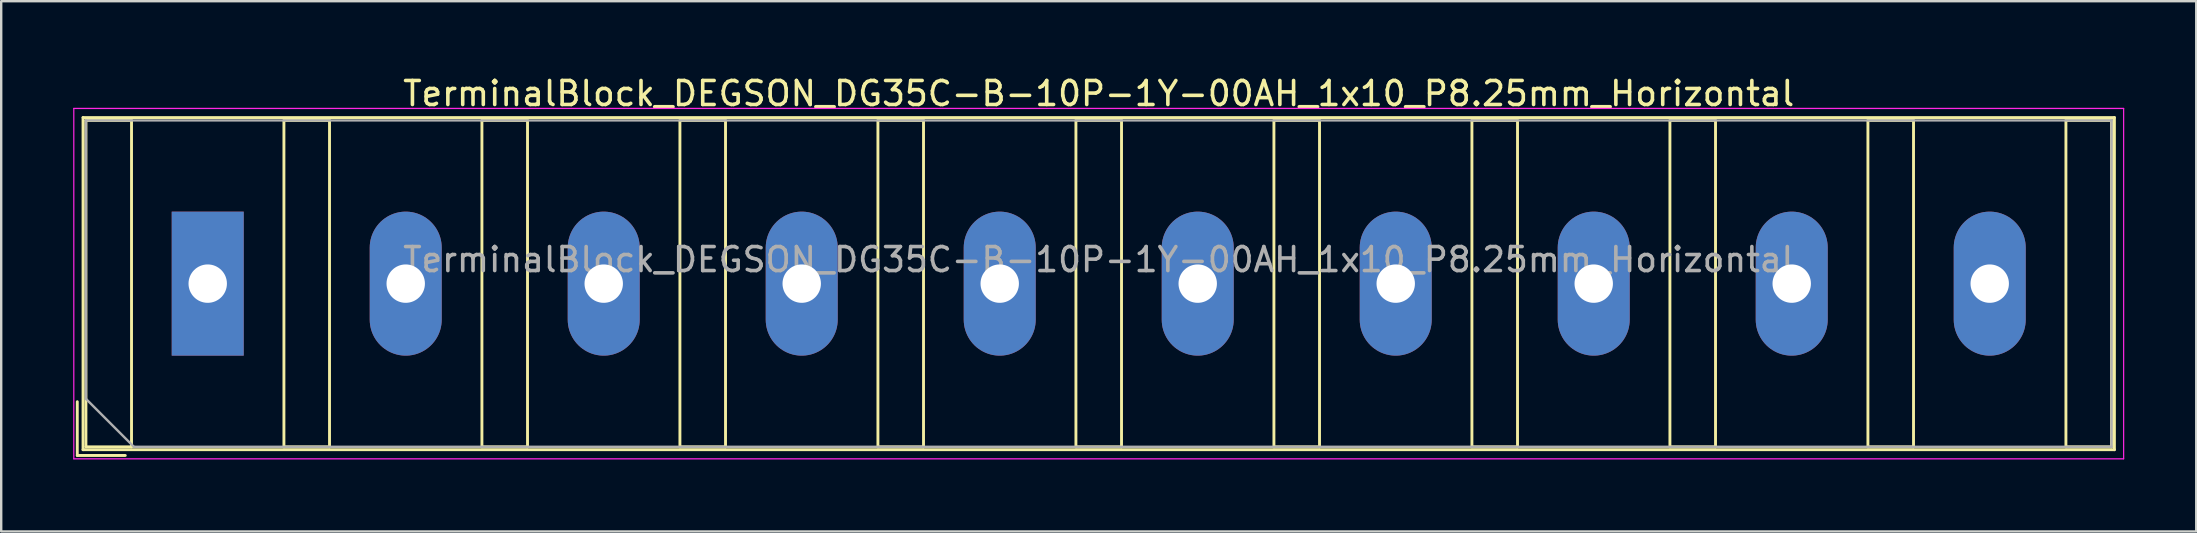
<source format=kicad_pcb>
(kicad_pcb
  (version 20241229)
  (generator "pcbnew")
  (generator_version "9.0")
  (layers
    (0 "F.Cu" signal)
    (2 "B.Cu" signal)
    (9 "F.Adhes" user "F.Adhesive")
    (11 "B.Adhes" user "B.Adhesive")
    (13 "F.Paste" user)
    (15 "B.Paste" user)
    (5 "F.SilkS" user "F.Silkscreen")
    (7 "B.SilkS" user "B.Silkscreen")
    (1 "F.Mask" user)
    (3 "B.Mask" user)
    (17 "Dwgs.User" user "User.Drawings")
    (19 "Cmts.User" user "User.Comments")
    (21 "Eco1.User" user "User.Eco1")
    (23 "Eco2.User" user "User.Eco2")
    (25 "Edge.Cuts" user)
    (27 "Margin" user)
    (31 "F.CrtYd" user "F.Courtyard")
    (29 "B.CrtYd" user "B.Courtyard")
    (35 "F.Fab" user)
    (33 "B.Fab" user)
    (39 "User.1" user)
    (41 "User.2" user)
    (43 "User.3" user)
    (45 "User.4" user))
  (footprint "TerminalBlock_DEGSON_DG35C-B-10P-1Y-00AH_1x10_P8.25mm_Horizontal"
    (layer "F.Cu")
    (at 5.605 8.768)
    (property "Reference" "TerminalBlock_DEGSON_DG35C-B-10P-1Y-00AH_1x10_P8.25mm_Horizontal" (at 37.125 -7.92 0) (layer "F.SilkS") (effects (font (size 1 1) (thickness 0.15))))
    (attr through_hole)
    (fp_line (start -1.98 -3.48) (end -1.98 3.48) (stroke (width 0.01) (type solid)) (layer "F.Mask"))
    (fp_line (start -1.98 3.48) (end 1.98 3.48) (stroke (width 0.01) (type solid)) (layer "F.Mask"))
    (fp_line (start 1.98 -3.48) (end -1.98 -3.48) (stroke (width 0.01) (type solid)) (layer "F.Mask"))
    (fp_line (start 1.98 3.48) (end 1.98 -3.48) (stroke (width 0.01) (type solid)) (layer "F.Mask"))
    (fp_line (start 6.27 -3.48) (end 6.27 3.48) (stroke (width 0.01) (type solid)) (layer "F.Mask"))
    (fp_line (start 6.27 3.48) (end 10.23 3.48) (stroke (width 0.01) (type solid)) (layer "F.Mask"))
    (fp_line (start 10.23 -3.48) (end 6.27 -3.48) (stroke (width 0.01) (type solid)) (layer "F.Mask"))
    (fp_line (start 10.23 3.48) (end 10.23 -3.48) (stroke (width 0.01) (type solid)) (layer "F.Mask"))
    (fp_line (start 14.52 -3.48) (end 14.52 3.48) (stroke (width 0.01) (type solid)) (layer "F.Mask"))
    (fp_line (start 14.52 3.48) (end 18.48 3.48) (stroke (width 0.01) (type solid)) (layer "F.Mask"))
    (fp_line (start 18.48 -3.48) (end 14.52 -3.48) (stroke (width 0.01) (type solid)) (layer "F.Mask"))
    (fp_line (start 18.48 3.48) (end 18.48 -3.48) (stroke (width 0.01) (type solid)) (layer "F.Mask"))
    (fp_line (start 22.77 -3.48) (end 22.77 3.48) (stroke (width 0.01) (type solid)) (layer "F.Mask"))
    (fp_line (start 22.77 3.48) (end 26.73 3.48) (stroke (width 0.01) (type solid)) (layer "F.Mask"))
    (fp_line (start 26.73 -3.48) (end 22.77 -3.48) (stroke (width 0.01) (type solid)) (layer "F.Mask"))
    (fp_line (start 26.73 3.48) (end 26.73 -3.48) (stroke (width 0.01) (type solid)) (layer "F.Mask"))
    (fp_line (start 31.02 -3.48) (end 31.02 3.48) (stroke (width 0.01) (type solid)) (layer "F.Mask"))
    (fp_line (start 31.02 3.48) (end 34.98 3.48) (stroke (width 0.01) (type solid)) (layer "F.Mask"))
    (fp_line (start 34.98 -3.48) (end 31.02 -3.48) (stroke (width 0.01) (type solid)) (layer "F.Mask"))
    (fp_line (start 34.98 3.48) (end 34.98 -3.48) (stroke (width 0.01) (type solid)) (layer "F.Mask"))
    (fp_line (start 39.27 -3.48) (end 39.27 3.48) (stroke (width 0.01) (type solid)) (layer "F.Mask"))
    (fp_line (start 39.27 3.48) (end 43.23 3.48) (stroke (width 0.01) (type solid)) (layer "F.Mask"))
    (fp_line (start 43.23 -3.48) (end 39.27 -3.48) (stroke (width 0.01) (type solid)) (layer "F.Mask"))
    (fp_line (start 43.23 3.48) (end 43.23 -3.48) (stroke (width 0.01) (type solid)) (layer "F.Mask"))
    (fp_line (start 47.52 -3.48) (end 47.52 3.48) (stroke (width 0.01) (type solid)) (layer "F.Mask"))
    (fp_line (start 47.52 3.48) (end 51.48 3.48) (stroke (width 0.01) (type solid)) (layer "F.Mask"))
    (fp_line (start 51.48 -3.48) (end 47.52 -3.48) (stroke (width 0.01) (type solid)) (layer "F.Mask"))
    (fp_line (start 51.48 3.48) (end 51.48 -3.48) (stroke (width 0.01) (type solid)) (layer "F.Mask"))
    (fp_line (start 55.77 -3.48) (end 55.77 3.48) (stroke (width 0.01) (type solid)) (layer "F.Mask"))
    (fp_line (start 55.77 3.48) (end 59.73 3.48) (stroke (width 0.01) (type solid)) (layer "F.Mask"))
    (fp_line (start 59.73 -3.48) (end 55.77 -3.48) (stroke (width 0.01) (type solid)) (layer "F.Mask"))
    (fp_line (start 59.73 3.48) (end 59.73 -3.48) (stroke (width 0.01) (type solid)) (layer "F.Mask"))
    (fp_line (start 64.02 -3.48) (end 64.02 3.48) (stroke (width 0.01) (type solid)) (layer "F.Mask"))
    (fp_line (start 64.02 3.48) (end 67.98 3.48) (stroke (width 0.01) (type solid)) (layer "F.Mask"))
    (fp_line (start 67.98 -3.48) (end 64.02 -3.48) (stroke (width 0.01) (type solid)) (layer "F.Mask"))
    (fp_line (start 67.98 3.48) (end 67.98 -3.48) (stroke (width 0.01) (type solid)) (layer "F.Mask"))
    (fp_line (start 72.27 -3.48) (end 72.27 3.48) (stroke (width 0.01) (type solid)) (layer "F.Mask"))
    (fp_line (start 72.27 3.48) (end 76.23 3.48) (stroke (width 0.01) (type solid)) (layer "F.Mask"))
    (fp_line (start 76.23 -3.48) (end 72.27 -3.48) (stroke (width 0.01) (type solid)) (layer "F.Mask"))
    (fp_line (start 76.23 3.48) (end 76.23 -3.48) (stroke (width 0.01) (type solid)) (layer "F.Mask"))
    (fp_line (start -5.435 4.92) (end -5.435 7.16) (stroke (width 0.12) (type solid)) (layer "F.SilkS"))
    (fp_line (start -5.435 7.16) (end -3.435 7.16) (stroke (width 0.12) (type solid)) (layer "F.SilkS"))
    (fp_line (start -5.195 -6.92) (end -5.195 6.92) (stroke (width 0.12) (type solid)) (layer "F.SilkS"))
    (fp_line (start -5.195 -6.92) (end 79.445 -6.92) (stroke (width 0.12) (type solid)) (layer "F.SilkS"))
    (fp_line (start -5.195 6.92) (end 79.445 6.92) (stroke (width 0.12) (type solid)) (layer "F.SilkS"))
    (fp_line (start -5.075 -6.8) (end -5.075 6.8) (stroke (width 0.12) (type solid)) (layer "F.SilkS"))
    (fp_line (start -5.075 6.8) (end -3.175 6.8) (stroke (width 0.12) (type solid)) (layer "F.SilkS"))
    (fp_line (start -3.175 -6.8) (end -5.075 -6.8) (stroke (width 0.12) (type solid)) (layer "F.SilkS"))
    (fp_line (start -3.175 6.8) (end -3.175 -6.8) (stroke (width 0.12) (type solid)) (layer "F.SilkS"))
    (fp_line (start 3.175 -6.8) (end 3.175 6.8) (stroke (width 0.12) (type solid)) (layer "F.SilkS"))
    (fp_line (start 3.175 6.8) (end 5.075 6.8) (stroke (width 0.12) (type solid)) (layer "F.SilkS"))
    (fp_line (start 5.075 -6.8) (end 3.175 -6.8) (stroke (width 0.12) (type solid)) (layer "F.SilkS"))
    (fp_line (start 5.075 6.8) (end 5.075 -6.8) (stroke (width 0.12) (type solid)) (layer "F.SilkS"))
    (fp_line (start 11.425 -6.8) (end 11.425 6.8) (stroke (width 0.12) (type solid)) (layer "F.SilkS"))
    (fp_line (start 11.425 6.8) (end 13.325 6.8) (stroke (width 0.12) (type solid)) (layer "F.SilkS"))
    (fp_line (start 13.325 -6.8) (end 11.425 -6.8) (stroke (width 0.12) (type solid)) (layer "F.SilkS"))
    (fp_line (start 13.325 6.8) (end 13.325 -6.8) (stroke (width 0.12) (type solid)) (layer "F.SilkS"))
    (fp_line (start 19.675 -6.8) (end 19.675 6.8) (stroke (width 0.12) (type solid)) (layer "F.SilkS"))
    (fp_line (start 19.675 6.8) (end 21.575 6.8) (stroke (width 0.12) (type solid)) (layer "F.SilkS"))
    (fp_line (start 21.575 -6.8) (end 19.675 -6.8) (stroke (width 0.12) (type solid)) (layer "F.SilkS"))
    (fp_line (start 21.575 6.8) (end 21.575 -6.8) (stroke (width 0.12) (type solid)) (layer "F.SilkS"))
    (fp_line (start 27.925 -6.8) (end 27.925 6.8) (stroke (width 0.12) (type solid)) (layer "F.SilkS"))
    (fp_line (start 27.925 6.8) (end 29.825 6.8) (stroke (width 0.12) (type solid)) (layer "F.SilkS"))
    (fp_line (start 29.825 -6.8) (end 27.925 -6.8) (stroke (width 0.12) (type solid)) (layer "F.SilkS"))
    (fp_line (start 29.825 6.8) (end 29.825 -6.8) (stroke (width 0.12) (type solid)) (layer "F.SilkS"))
    (fp_line (start 36.175 -6.8) (end 36.175 6.8) (stroke (width 0.12) (type solid)) (layer "F.SilkS"))
    (fp_line (start 36.175 6.8) (end 38.075 6.8) (stroke (width 0.12) (type solid)) (layer "F.SilkS"))
    (fp_line (start 38.075 -6.8) (end 36.175 -6.8) (stroke (width 0.12) (type solid)) (layer "F.SilkS"))
    (fp_line (start 38.075 6.8) (end 38.075 -6.8) (stroke (width 0.12) (type solid)) (layer "F.SilkS"))
    (fp_line (start 44.425 -6.8) (end 44.425 6.8) (stroke (width 0.12) (type solid)) (layer "F.SilkS"))
    (fp_line (start 44.425 6.8) (end 46.325 6.8) (stroke (width 0.12) (type solid)) (layer "F.SilkS"))
    (fp_line (start 46.325 -6.8) (end 44.425 -6.8) (stroke (width 0.12) (type solid)) (layer "F.SilkS"))
    (fp_line (start 46.325 6.8) (end 46.325 -6.8) (stroke (width 0.12) (type solid)) (layer "F.SilkS"))
    (fp_line (start 52.675 -6.8) (end 52.675 6.8) (stroke (width 0.12) (type solid)) (layer "F.SilkS"))
    (fp_line (start 52.675 6.8) (end 54.575 6.8) (stroke (width 0.12) (type solid)) (layer "F.SilkS"))
    (fp_line (start 54.575 -6.8) (end 52.675 -6.8) (stroke (width 0.12) (type solid)) (layer "F.SilkS"))
    (fp_line (start 54.575 6.8) (end 54.575 -6.8) (stroke (width 0.12) (type solid)) (layer "F.SilkS"))
    (fp_line (start 60.925 -6.8) (end 60.925 6.8) (stroke (width 0.12) (type solid)) (layer "F.SilkS"))
    (fp_line (start 60.925 6.8) (end 62.825 6.8) (stroke (width 0.12) (type solid)) (layer "F.SilkS"))
    (fp_line (start 62.825 -6.8) (end 60.925 -6.8) (stroke (width 0.12) (type solid)) (layer "F.SilkS"))
    (fp_line (start 62.825 6.8) (end 62.825 -6.8) (stroke (width 0.12) (type solid)) (layer "F.SilkS"))
    (fp_line (start 69.175 -6.8) (end 69.175 6.8) (stroke (width 0.12) (type solid)) (layer "F.SilkS"))
    (fp_line (start 69.175 6.8) (end 71.075 6.8) (stroke (width 0.12) (type solid)) (layer "F.SilkS"))
    (fp_line (start 71.075 -6.8) (end 69.175 -6.8) (stroke (width 0.12) (type solid)) (layer "F.SilkS"))
    (fp_line (start 71.075 6.8) (end 71.075 -6.8) (stroke (width 0.12) (type solid)) (layer "F.SilkS"))
    (fp_line (start 77.425 -6.8) (end 77.425 6.8) (stroke (width 0.12) (type solid)) (layer "F.SilkS"))
    (fp_line (start 77.425 6.8) (end 79.325 6.8) (stroke (width 0.12) (type solid)) (layer "F.SilkS"))
    (fp_line (start 79.325 -6.8) (end 77.425 -6.8) (stroke (width 0.12) (type solid)) (layer "F.SilkS"))
    (fp_line (start 79.325 6.8) (end 79.325 -6.8) (stroke (width 0.12) (type solid)) (layer "F.SilkS"))
    (fp_line (start 79.445 -6.92) (end 79.445 6.92) (stroke (width 0.12) (type solid)) (layer "F.SilkS"))
    (fp_line (start -5.58 -7.3) (end -5.58 7.3) (stroke (width 0.05) (type solid)) (layer "F.CrtYd"))
    (fp_line (start -5.58 7.3) (end 79.83 7.3) (stroke (width 0.05) (type solid)) (layer "F.CrtYd"))
    (fp_line (start 79.83 -7.3) (end -5.58 -7.3) (stroke (width 0.05) (type solid)) (layer "F.CrtYd"))
    (fp_line (start 79.83 7.3) (end 79.83 -7.3) (stroke (width 0.05) (type solid)) (layer "F.CrtYd"))
    (fp_line (start -5.075 -6.8) (end 79.325 -6.8) (stroke (width 0.1) (type solid)) (layer "F.Fab"))
    (fp_line (start -5.075 4.8) (end -5.075 -6.8) (stroke (width 0.1) (type solid)) (layer "F.Fab"))
    (fp_line (start -3.075 6.8) (end -5.075 4.8) (stroke (width 0.1) (type solid)) (layer "F.Fab"))
    (fp_line (start 79.325 -6.8) (end 79.325 6.8) (stroke (width 0.1) (type solid)) (layer "F.Fab"))
    (fp_line (start 79.325 6.8) (end -3.075 6.8) (stroke (width 0.1) (type solid)) (layer "F.Fab"))
    (fp_text user "${REFERENCE}" (at 37.125 -1 0) (layer "F.Fab") (effects (font (size 1 1) (thickness 0.15))))
    (pad "1" thru_hole rect (at 0 0) (size 3 6) (drill 1.6) (layers "*.Cu" "*.Mask"))
    (pad "2" thru_hole oval (at 8.25 0) (size 3 6) (drill 1.6) (layers "*.Cu" "*.Mask"))
    (pad "3" thru_hole oval (at 16.5 0) (size 3 6) (drill 1.6) (layers "*.Cu" "*.Mask"))
    (pad "4" thru_hole oval (at 24.75 0) (size 3 6) (drill 1.6) (layers "*.Cu" "*.Mask"))
    (pad "5" thru_hole oval (at 33 0) (size 3 6) (drill 1.6) (layers "*.Cu" "*.Mask"))
    (pad "6" thru_hole oval (at 41.25 0) (size 3 6) (drill 1.6) (layers "*.Cu" "*.Mask"))
    (pad "7" thru_hole oval (at 49.5 0) (size 3 6) (drill 1.6) (layers "*.Cu" "*.Mask"))
    (pad "8" thru_hole oval (at 57.75 0) (size 3 6) (drill 1.6) (layers "*.Cu" "*.Mask"))
    (pad "9" thru_hole oval (at 66 0) (size 3 6) (drill 1.6) (layers "*.Cu" "*.Mask"))
    (pad "10" thru_hole oval (at 74.25 0) (size 3 6) (drill 1.6) (layers "*.Cu" "*.Mask")))
  (gr_rect
    (start -3 -3)
    (end 88.46 19.093)
    (stroke (width 0.1) (type default))
    (fill no)
    (layer "Edge.Cuts")))
</source>
